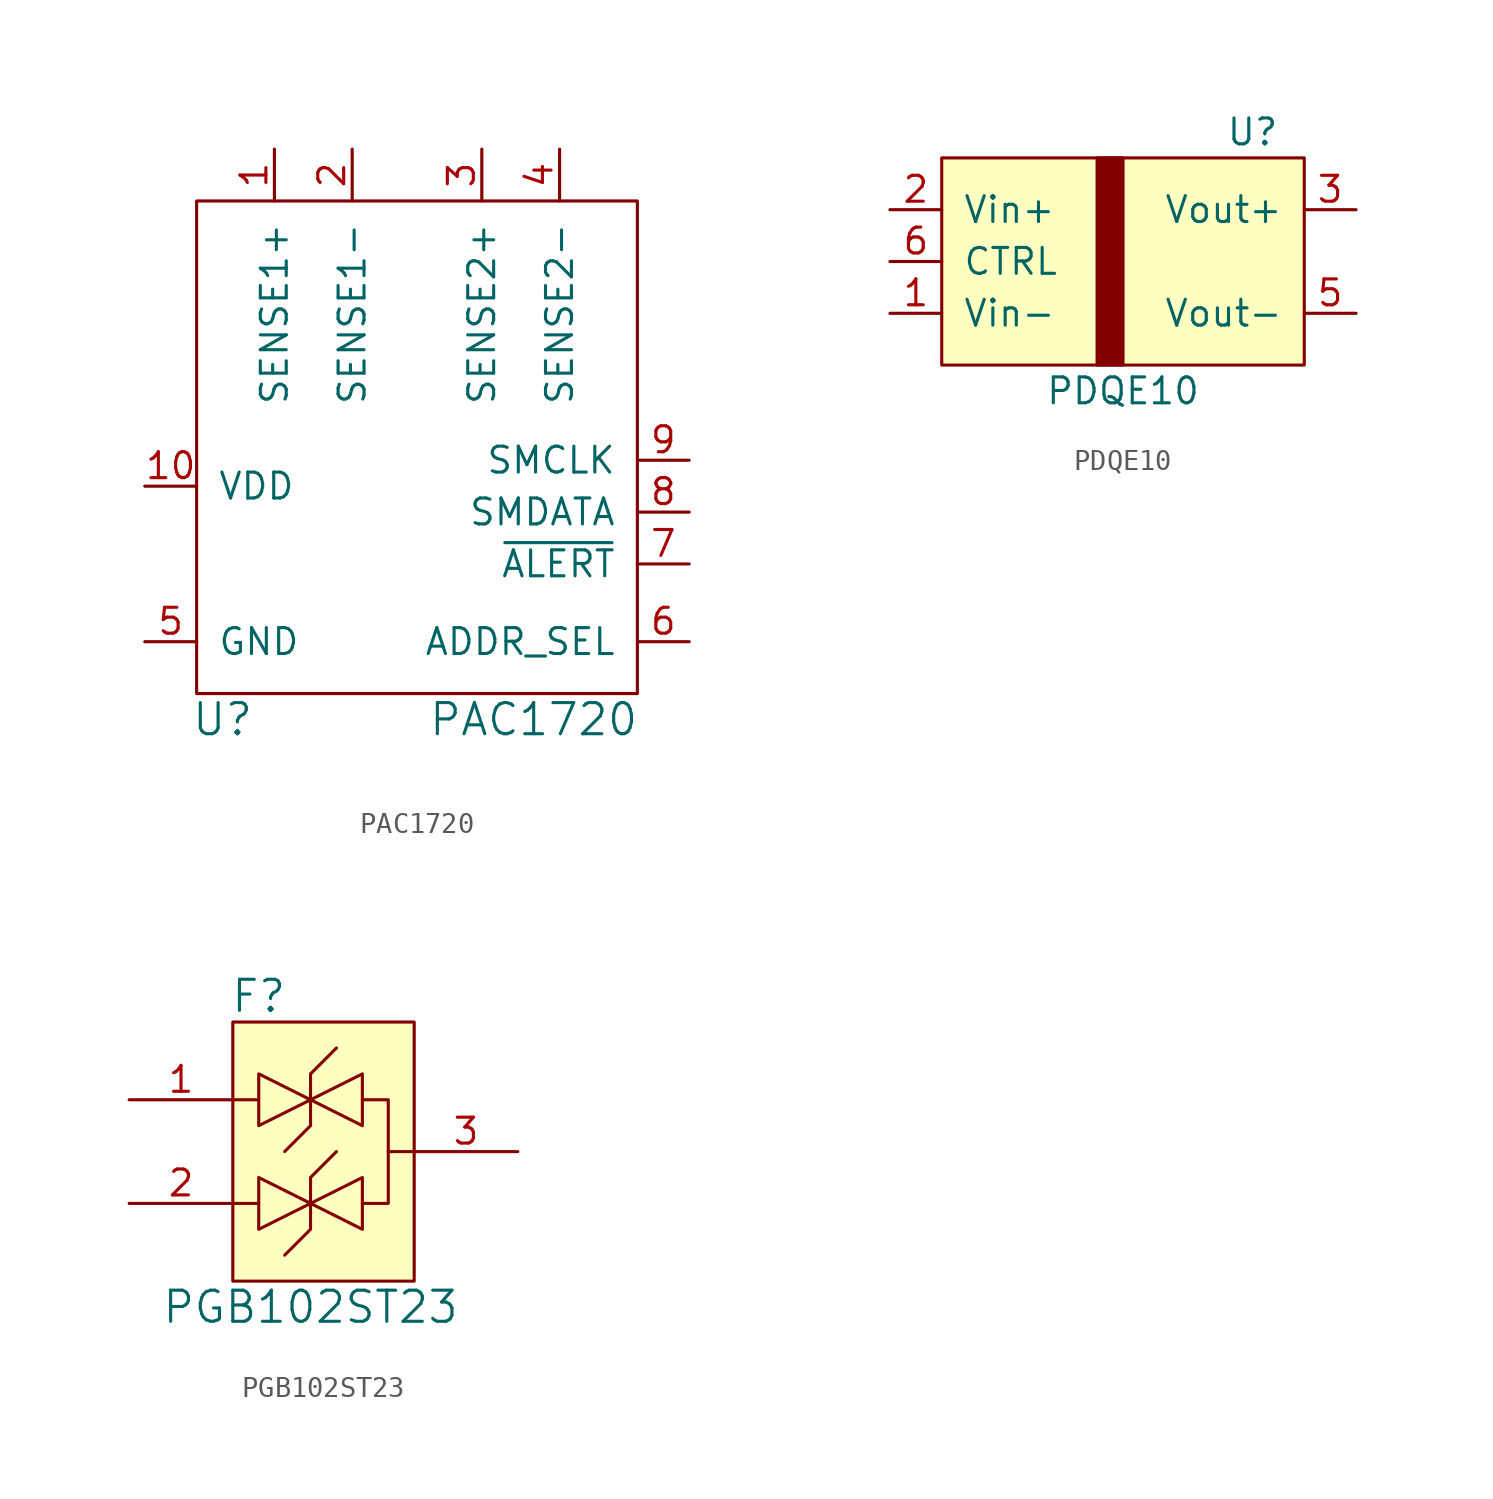
<source format=kicad_sym>
(kicad_symbol_lib
  (version 20211014)
  (generator kicad_symbol_editor)
  (symbol "PAC1720"
    (pin_names
      (offset 1.016))
    (property "Reference" "U"
      (at -8.89 -17.78 0)
      (effects (font (size 1.524 1.524))))
    (property "Value" "PAC1720"
      (at 6.35 -17.78 0)
      (effects (font (size 1.524 1.524))))
    (symbol "PAC1720_0_1"
      (rectangle (start -10.16 7.62) (end 11.43 -16.51) (stroke (width 0) (type default) (color 0 0 0 0)) (fill (type none))))
    (symbol "PAC1720_1_1"
      (pin input line (at -6.35 10.16 270) (length 2.54) (name "SENSE1+" (effects (font (size 1.27 1.27)))) (number "1" (effects (font (size 1.27 1.27)))))
      (pin power_in line (at -12.7 -6.35 0) (length 2.54) (name "VDD" (effects (font (size 1.27 1.27)))) (number "10" (effects (font (size 1.27 1.27)))))
      (pin no_connect line (at -3.81 -8.89 0) (length 2.54) hide (name "PAD" (effects (font (size 1.27 1.27)))) (number "11" (effects (font (size 1.27 1.27)))))
      (pin input line (at -2.54 10.16 270) (length 2.54) (name "SENSE1-" (effects (font (size 1.27 1.27)))) (number "2" (effects (font (size 1.27 1.27)))))
      (pin input line (at 3.81 10.16 270) (length 2.54) (name "SENSE2+" (effects (font (size 1.27 1.27)))) (number "3" (effects (font (size 1.27 1.27)))))
      (pin input line (at 7.62 10.16 270) (length 2.54) (name "SENSE2-" (effects (font (size 1.27 1.27)))) (number "4" (effects (font (size 1.27 1.27)))))
      (pin power_in line (at -12.7 -13.97 0) (length 2.54) (name "GND" (effects (font (size 1.27 1.27)))) (number "5" (effects (font (size 1.27 1.27)))))
      (pin input line (at 13.97 -13.97 180) (length 2.54) (name "ADDR_SEL" (effects (font (size 1.27 1.27)))) (number "6" (effects (font (size 1.27 1.27)))))
      (pin output line (at 13.97 -10.16 180) (length 2.54) (name "~{ALERT}" (effects (font (size 1.27 1.27)))) (number "7" (effects (font (size 1.27 1.27)))))
      (pin bidirectional line (at 13.97 -7.62 180) (length 2.54) (name "SMDATA" (effects (font (size 1.27 1.27)))) (number "8" (effects (font (size 1.27 1.27)))))
      (pin input line (at 13.97 -5.08 180) (length 2.54) (name "SMCLK" (effects (font (size 1.27 1.27)))) (number "9" (effects (font (size 1.27 1.27)))))))
  (symbol "PDQE10"
    (pin_names
      (offset 1.016))
    (property "Reference" "U"
      (at 17.78 3.81 0)
      (effects (font (size 1.27 1.27))))
    (property "Value" "PDQE10"
      (at 11.43 -8.89 0)
      (effects (font (size 1.27 1.27))))
    (symbol "PDQE10_0_1"
      (rectangle (start 2.54 2.54) (end 20.32 -7.62) (stroke (width 0) (type default) (color 0 0 0 0)) (fill (type background)))
      (rectangle (start 10.16 2.54) (end 11.43 -7.62) (stroke (width 0) (type default) (color 0 0 0 0)) (fill (type outline))))
    (symbol "PDQE10_1_1"
      (pin unspecified line (at 0 -5.08 0) (length 2.54) (name "Vin-" (effects (font (size 1.27 1.27)))) (number "1" (effects (font (size 1.27 1.27)))))
      (pin power_in line (at 0 0 0) (length 2.54) (name "Vin+" (effects (font (size 1.27 1.27)))) (number "2" (effects (font (size 1.27 1.27)))))
      (pin output line (at 22.86 0 180) (length 2.54) (name "Vout+" (effects (font (size 1.27 1.27)))) (number "3" (effects (font (size 1.27 1.27)))))
      (pin unspecified line (at 22.86 -5.08 180) (length 2.54) (name "Vout-" (effects (font (size 1.27 1.27)))) (number "5" (effects (font (size 1.27 1.27)))))
      (pin input line (at 0 -2.54 0) (length 2.54) (name "CTRL" (effects (font (size 1.27 1.27)))) (number "6" (effects (font (size 1.27 1.27)))))))
  (symbol "PGB102ST23"
    (pin_names
      (offset 1.016))
    (property "Reference" "F"
      (at 1.27 1.27 0)
      (effects (font (size 1.524 1.524))))
    (property "Value" "PGB102ST23"
      (at 3.81 -13.97 0)
      (effects (font (size 1.524 1.524))))
    (symbol "PGB102ST23_0_1"
      (polyline (pts (xy 0 -8.89) (xy 1.27 -8.89)) (stroke (width 0) (type default) (color 0 0 0 0)) (fill (type none)))
      (polyline (pts (xy 0 -3.81) (xy 1.27 -3.81)) (stroke (width 0) (type default) (color 0 0 0 0)) (fill (type none)))
      (polyline (pts (xy 8.89 -6.35) (xy 7.62 -6.35)) (stroke (width 0) (type default) (color 0 0 0 0)) (fill (type none)))
      (polyline (pts (xy 5.08 -6.35) (xy 3.81 -7.62) (xy 3.81 -10.16) (xy 2.54 -11.43)) (stroke (width 0) (type default) (color 0 0 0 0)) (fill (type none)))
      (polyline (pts (xy 5.08 -1.27) (xy 3.81 -2.54) (xy 3.81 -5.08) (xy 2.54 -6.35)) (stroke (width 0) (type default) (color 0 0 0 0)) (fill (type none)))
      (polyline (pts (xy 6.35 -3.81) (xy 7.62 -3.81) (xy 7.62 -8.89) (xy 6.35 -8.89)) (stroke (width 0) (type default) (color 0 0 0 0)) (fill (type none)))
      (polyline (pts (xy 1.27 -7.62) (xy 1.27 -10.16) (xy 6.35 -7.62) (xy 6.35 -10.16) (xy 1.27 -7.62)) (stroke (width 0) (type default) (color 0 0 0 0)) (fill (type none)))
      (polyline (pts (xy 1.27 -2.54) (xy 1.27 -5.08) (xy 6.35 -2.54) (xy 6.35 -5.08) (xy 1.27 -2.54)) (stroke (width 0) (type default) (color 0 0 0 0)) (fill (type none)))
      (rectangle (start 0 0) (end 8.89 -12.7) (stroke (width 0) (type default) (color 0 0 0 0)) (fill (type background))))
    (symbol "PGB102ST23_1_1"
      (pin bidirectional line (at -5.08 -3.81 0) (length 5.08) (name "~" (effects (font (size 1.27 1.27)))) (number "1" (effects (font (size 1.27 1.27)))))
      (pin bidirectional line (at -5.08 -8.89 0) (length 5.08) (name "~" (effects (font (size 1.27 1.27)))) (number "2" (effects (font (size 1.27 1.27)))))
      (pin bidirectional line (at 13.97 -6.35 180) (length 5.08) (name "~" (effects (font (size 1.27 1.27)))) (number "3" (effects (font (size 1.27 1.27))))))))
</source>
